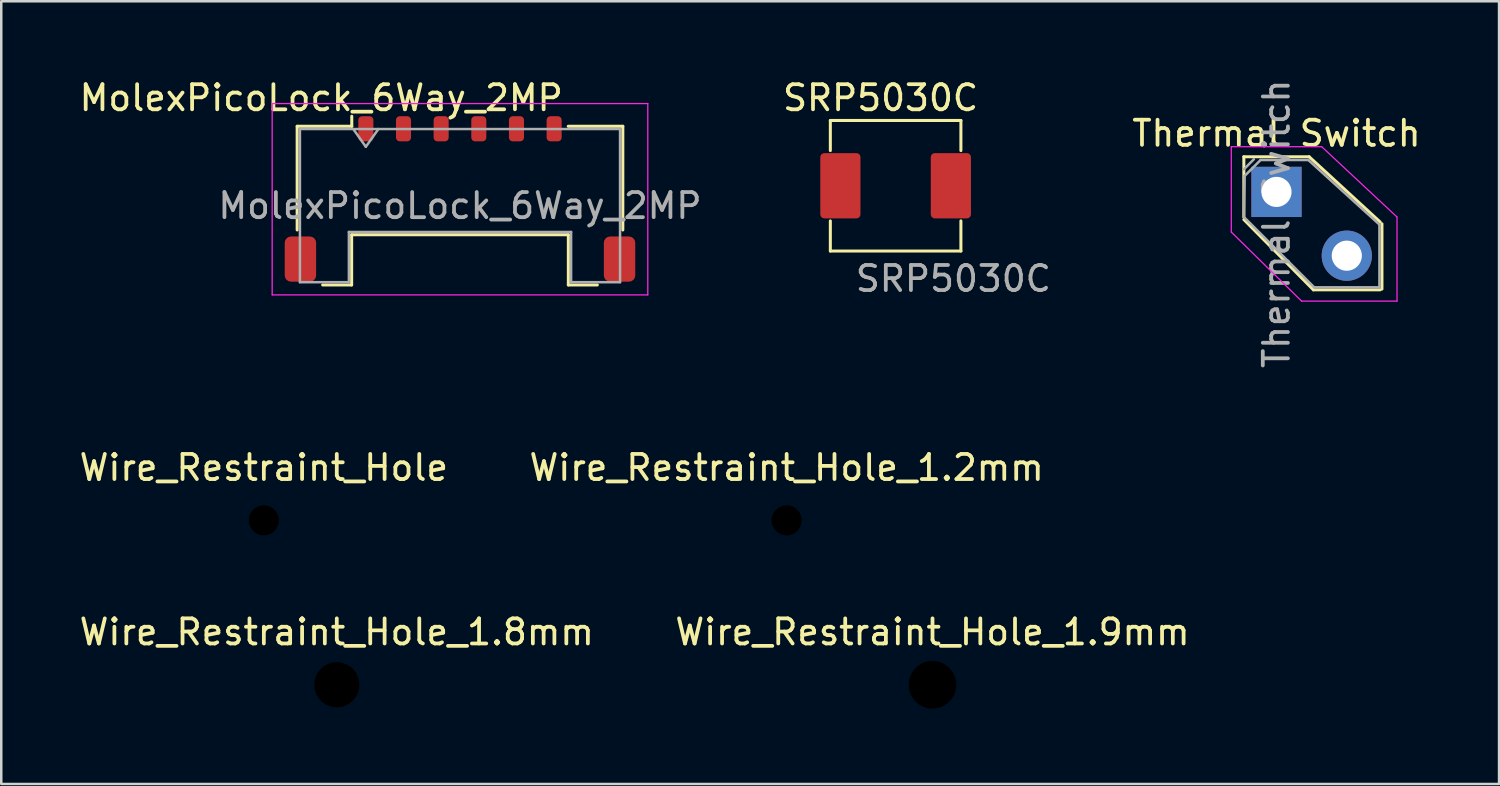
<source format=kicad_pcb>
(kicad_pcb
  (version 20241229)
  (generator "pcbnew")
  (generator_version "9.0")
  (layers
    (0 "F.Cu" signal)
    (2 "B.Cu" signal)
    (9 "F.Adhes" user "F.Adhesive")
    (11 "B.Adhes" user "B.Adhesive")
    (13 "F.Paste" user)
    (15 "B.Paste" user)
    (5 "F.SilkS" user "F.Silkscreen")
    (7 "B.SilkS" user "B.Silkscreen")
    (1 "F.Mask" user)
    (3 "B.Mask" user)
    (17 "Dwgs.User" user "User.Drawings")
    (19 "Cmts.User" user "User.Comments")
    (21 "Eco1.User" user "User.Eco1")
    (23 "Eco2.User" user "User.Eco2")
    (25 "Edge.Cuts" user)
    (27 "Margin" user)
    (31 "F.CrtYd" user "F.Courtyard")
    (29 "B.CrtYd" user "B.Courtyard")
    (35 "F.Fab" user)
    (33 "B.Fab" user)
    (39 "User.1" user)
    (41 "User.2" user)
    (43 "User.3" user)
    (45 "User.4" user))
  (footprint "Wire_Restraint_Hole_1.2mm"
    (layer "F.Cu")
    (at 28.28 17.674)
    (property "Reference" "Wire_Restraint_Hole_1.2mm" (at 0 -2.1 0) (unlocked yes) (layer "F.SilkS") (effects (font (size 1 1) (thickness 0.15))))
    (attr through_hole)
    (pad "" np_thru_hole circle (at 0 0) (size 1.2 1.2) (drill 1.2) (layers "*.Mask")))
  (footprint "SRP5030C"
    (layer "F.Cu")
    (at 32.62 4.348)
    (property "Reference" "SRP5030C" (at -0.6 -3.5 0) (unlocked yes) (layer "F.SilkS") (effects (font (size 1 1) (thickness 0.15))))
    (attr smd)
    (fp_line (start -2.6 -2.6) (end -2.6 -1.4) (stroke (width 0.12) (type default)) (layer "F.SilkS"))
    (fp_line (start -2.6 -2.6) (end 2.6 -2.6) (stroke (width 0.12) (type default)) (layer "F.SilkS"))
    (fp_line (start -2.6 1.4) (end -2.6 2.6) (stroke (width 0.12) (type default)) (layer "F.SilkS"))
    (fp_line (start -2.6 2.6) (end 2.6 2.6) (stroke (width 0.12) (type default)) (layer "F.SilkS"))
    (fp_line (start 2.6 -2.6) (end 2.6 -1.4) (stroke (width 0.12) (type default)) (layer "F.SilkS"))
    (fp_line (start 2.6 1.4) (end 2.6 2.6) (stroke (width 0.12) (type default)) (layer "F.SilkS"))
    (fp_text user "${REFERENCE}" (at 2.3 3.7 0) (unlocked yes) (layer "F.Fab") (effects (font (size 1 1) (thickness 0.15))))
    (pad "1" smd roundrect (at -2.2 0) (size 1.6 2.6) (layers "F.Cu" "F.Mask" "F.Paste") (roundrect_rratio 0.1))
    (pad "2" smd roundrect (at 2.2 0) (size 1.6 2.6) (layers "F.Cu" "F.Mask" "F.Paste") (roundrect_rratio 0.1)))
  (footprint "Wire_Restraint_Hole_1.8mm"
    (layer "F.Cu")
    (at 10.363 24.223)
    (property "Reference" "Wire_Restraint_Hole_1.8mm" (at 0 -2.1 0) (unlocked yes) (layer "F.SilkS") (effects (font (size 1 1) (thickness 0.15))))
    (attr through_hole)
    (pad "" np_thru_hole circle (at 0 0) (size 1.8 1.8) (drill 1.8) (layers "*.Mask")))
  (footprint "Wire_Restraint_Hole"
    (layer "F.Cu")
    (at 7.458 17.674)
    (property "Reference" "Wire_Restraint_Hole" (at 0 -2.1 0) (unlocked yes) (layer "F.SilkS") (effects (font (size 1 1) (thickness 0.15))))
    (attr through_hole)
    (pad "" np_thru_hole circle (at 0 0) (size 1.2 1.2) (drill 1.2) (layers "*.Mask")))
  (footprint "MolexPicoLock_6Way_2MP"
    (layer "F.Cu")
    (at 15.27 4.874)
    (property "Reference" "MolexPicoLock_6Way_2MP" (at -5.526 -4.026 0) (layer "F.SilkS") (effects (font (size 1 1) (thickness 0.15))))
    (attr smd)
    (fp_line (start -6.485 -2.895) (end -4.31 -2.895) (stroke (width 0.12) (type solid)) (layer "F.SilkS"))
    (fp_line (start -6.485 1.235) (end -6.485 -2.895) (stroke (width 0.12) (type solid)) (layer "F.SilkS"))
    (fp_line (start -5.47 3.425) (end -4.315 3.425) (stroke (width 0.12) (type solid)) (layer "F.SilkS"))
    (fp_line (start -4.315 1.425) (end 4.315 1.425) (stroke (width 0.12) (type solid)) (layer "F.SilkS"))
    (fp_line (start -4.315 3.425) (end -4.315 1.425) (stroke (width 0.12) (type solid)) (layer "F.SilkS"))
    (fp_line (start -4.31 -2.895) (end -4.31 -3.295) (stroke (width 0.12) (type solid)) (layer "F.SilkS"))
    (fp_line (start 4.315 1.425) (end 4.315 3.425) (stroke (width 0.12) (type solid)) (layer "F.SilkS"))
    (fp_line (start 4.315 3.425) (end 5.47 3.425) (stroke (width 0.12) (type solid)) (layer "F.SilkS"))
    (fp_line (start 6.485 -2.895) (end 4.31 -2.895) (stroke (width 0.12) (type solid)) (layer "F.SilkS"))
    (fp_line (start 6.485 1.235) (end 6.485 -2.895) (stroke (width 0.12) (type solid)) (layer "F.SilkS"))
    (fp_line (start -7.48 -3.8) (end -7.48 3.82) (stroke (width 0.05) (type solid)) (layer "F.CrtYd"))
    (fp_line (start -7.48 3.82) (end 7.48 3.82) (stroke (width 0.05) (type solid)) (layer "F.CrtYd"))
    (fp_line (start 7.48 -3.8) (end -7.48 -3.8) (stroke (width 0.05) (type solid)) (layer "F.CrtYd"))
    (fp_line (start 7.48 3.82) (end 7.48 -3.8) (stroke (width 0.05) (type solid)) (layer "F.CrtYd"))
    (fp_line (start -6.375 -2.785) (end -6.375 3.315) (stroke (width 0.1) (type solid)) (layer "F.Fab"))
    (fp_line (start -6.375 -2.785) (end 6.375 -2.785) (stroke (width 0.1) (type solid)) (layer "F.Fab"))
    (fp_line (start -6.375 3.315) (end -4.425 3.315) (stroke (width 0.1) (type solid)) (layer "F.Fab"))
    (fp_line (start -4.425 1.315) (end 4.425 1.315) (stroke (width 0.1) (type solid)) (layer "F.Fab"))
    (fp_line (start -4.425 3.315) (end -4.425 1.315) (stroke (width 0.1) (type solid)) (layer "F.Fab"))
    (fp_line (start -4.25 -2.785) (end -3.75 -2.078) (stroke (width 0.1) (type solid)) (layer "F.Fab"))
    (fp_line (start -3.75 -2.078) (end -3.25 -2.785) (stroke (width 0.1) (type solid)) (layer "F.Fab"))
    (fp_line (start 4.425 1.315) (end 4.425 3.315) (stroke (width 0.1) (type solid)) (layer "F.Fab"))
    (fp_line (start 4.425 3.315) (end 6.375 3.315) (stroke (width 0.1) (type solid)) (layer "F.Fab"))
    (fp_line (start 6.375 -2.785) (end 6.375 3.315) (stroke (width 0.1) (type solid)) (layer "F.Fab"))
    (fp_text user "${REFERENCE}" (at 0 0.27 0) (layer "F.Fab") (effects (font (size 1 1) (thickness 0.15))))
    (pad "1" smd roundrect (at -3.75 -2.795) (size 0.6 1) (layers "F.Cu" "F.Mask" "F.Paste") (roundrect_rratio 0.25))
    (pad "2" smd roundrect (at -2.25 -2.795) (size 0.6 1) (layers "F.Cu" "F.Mask" "F.Paste") (roundrect_rratio 0.25))
    (pad "3" smd roundrect (at -0.75 -2.795) (size 0.6 1) (layers "F.Cu" "F.Mask" "F.Paste") (roundrect_rratio 0.25))
    (pad "4" smd roundrect (at 0.75 -2.795) (size 0.6 1) (layers "F.Cu" "F.Mask" "F.Paste") (roundrect_rratio 0.25))
    (pad "5" smd roundrect (at 2.25 -2.795) (size 0.6 1) (layers "F.Cu" "F.Mask" "F.Paste") (roundrect_rratio 0.25))
    (pad "6" smd roundrect (at 3.75 -2.795) (size 0.6 1) (layers "F.Cu" "F.Mask" "F.Paste") (roundrect_rratio 0.25))
    (pad "MP1" smd roundrect (at -6.355 2.395) (size 1.25 1.8) (layers "F.Cu" "F.Mask" "F.Paste") (roundrect_rratio 0.2))
    (pad "MP2" smd roundrect (at 6.355 2.395) (size 1.25 1.8) (layers "F.Cu" "F.Mask" "F.Paste") (roundrect_rratio 0.2)))
  (footprint "Thermal Switch"
    (layer "F.Cu")
    (at 47.789 4.593)
    (property "Reference" "Thermal Switch" (at 0 -2.33 0) (layer "F.SilkS") (effects (font (size 1 1) (thickness 0.15))))
    (attr through_hole)
    (fp_line (start -1.3 -1.4) (end 1.3 -1.4) (stroke (width 0.12) (type default)) (layer "F.SilkS"))
    (fp_line (start -1.3 1) (end -1.3 -1.4) (stroke (width 0.12) (type default)) (layer "F.SilkS"))
    (fp_line (start 1.3 -1.4) (end 4.13 1.2) (stroke (width 0.12) (type default)) (layer "F.SilkS"))
    (fp_line (start 1.47 3.9) (end -1.3 1.1) (stroke (width 0.12) (type default)) (layer "F.SilkS"))
    (fp_line (start 1.47 3.9) (end 4.13 3.9) (stroke (width 0.12) (type solid)) (layer "F.SilkS"))
    (fp_line (start 4.2 1.27) (end 4.2 3.87) (stroke (width 0.12) (type solid)) (layer "F.SilkS"))
    (fp_line (start -1.8 -1.8) (end -1.8 1.6) (stroke (width 0.05) (type solid)) (layer "F.CrtYd"))
    (fp_line (start -1.8 1.6) (end 1 4.35) (stroke (width 0.05) (type solid)) (layer "F.CrtYd"))
    (fp_line (start 1 4.35) (end 4.8 4.35) (stroke (width 0.05) (type solid)) (layer "F.CrtYd"))
    (fp_line (start 1.8 -1.8) (end -1.8 -1.8) (stroke (width 0.05) (type solid)) (layer "F.CrtYd"))
    (fp_line (start 4.8 1) (end 1.8 -1.8) (stroke (width 0.05) (type solid)) (layer "F.CrtYd"))
    (fp_line (start 4.8 4.35) (end 4.8 1) (stroke (width 0.05) (type default)) (layer "F.CrtYd"))
    (fp_line (start -1.3 -0.9) (end -0.9 -1.3) (stroke (width 0.1) (type default)) (layer "F.Fab"))
    (fp_line (start -1.3 1) (end -1.27 -0.635) (stroke (width 0.1) (type default)) (layer "F.Fab"))
    (fp_line (start -1.27 -0.635) (end -0.635 -1.27) (stroke (width 0.1) (type solid)) (layer "F.Fab"))
    (fp_line (start -0.635 -1.27) (end 1.27 -1.27) (stroke (width 0.1) (type solid)) (layer "F.Fab"))
    (fp_line (start 1.27 -1.27) (end 4.1 1.3) (stroke (width 0.1) (type default)) (layer "F.Fab"))
    (fp_line (start 1.5 3.8) (end -1.3 1) (stroke (width 0.1) (type default)) (layer "F.Fab"))
    (fp_line (start 4.1 1.3) (end 4.1 3.8) (stroke (width 0.1) (type default)) (layer "F.Fab"))
    (fp_line (start 4.1 3.8) (end 1.5 3.8) (stroke (width 0.1) (type default)) (layer "F.Fab"))
    (fp_text user "${REFERENCE}" (at 0 1.27 90) (layer "F.Fab") (effects (font (size 1 1) (thickness 0.15))))
    (pad "1" thru_hole rect (at 0 0) (size 2 2) (drill 1.2) (layers "*.Cu" "*.Mask"))
    (pad "2" thru_hole oval (at 2.8 2.54) (size 2 2) (drill 1.2) (layers "*.Cu" "*.Mask")))
  (footprint "Wire_Restraint_Hole_1.9mm"
    (layer "F.Cu")
    (at 34.089 24.223)
    (property "Reference" "Wire_Restraint_Hole_1.9mm" (at 0 -2.1 0) (unlocked yes) (layer "F.SilkS") (effects (font (size 1 1) (thickness 0.15))))
    (attr through_hole)
    (pad "" np_thru_hole circle (at 0 0) (size 1.9 1.9) (drill 1.9) (layers "*.Mask")))
  (gr_rect
    (start -3 -3)
    (end 56.653 28.173)
    (stroke (width 0.1) (type default))
    (fill no)
    (layer "Edge.Cuts")))
</source>
